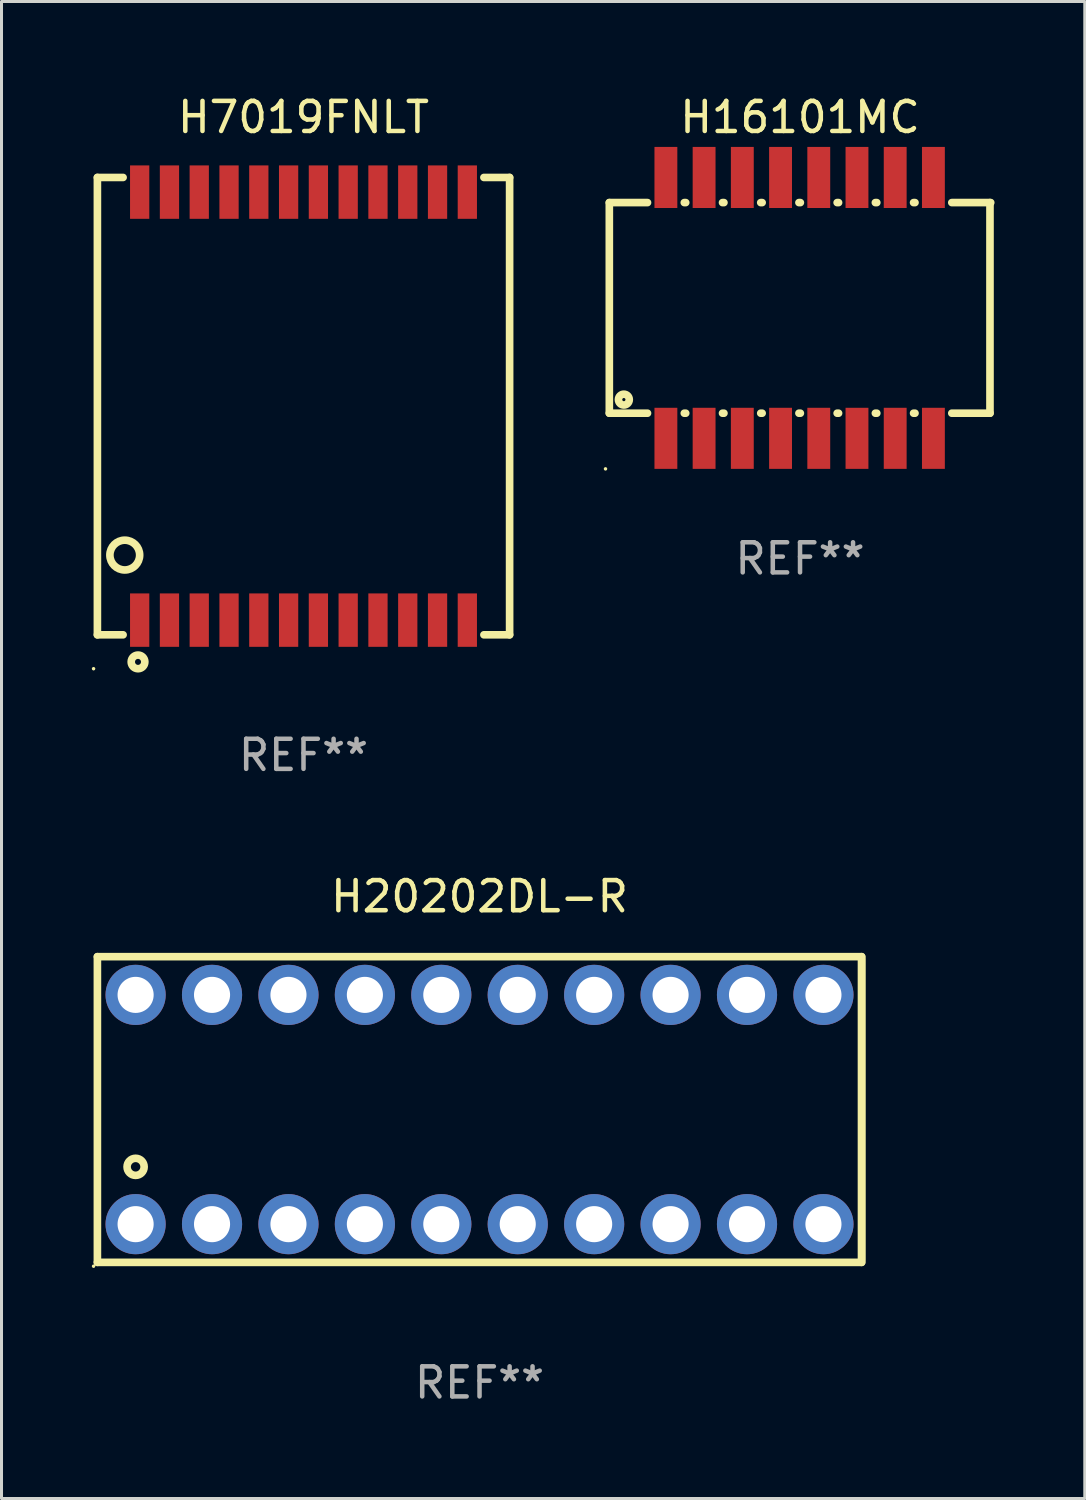
<source format=kicad_pcb>
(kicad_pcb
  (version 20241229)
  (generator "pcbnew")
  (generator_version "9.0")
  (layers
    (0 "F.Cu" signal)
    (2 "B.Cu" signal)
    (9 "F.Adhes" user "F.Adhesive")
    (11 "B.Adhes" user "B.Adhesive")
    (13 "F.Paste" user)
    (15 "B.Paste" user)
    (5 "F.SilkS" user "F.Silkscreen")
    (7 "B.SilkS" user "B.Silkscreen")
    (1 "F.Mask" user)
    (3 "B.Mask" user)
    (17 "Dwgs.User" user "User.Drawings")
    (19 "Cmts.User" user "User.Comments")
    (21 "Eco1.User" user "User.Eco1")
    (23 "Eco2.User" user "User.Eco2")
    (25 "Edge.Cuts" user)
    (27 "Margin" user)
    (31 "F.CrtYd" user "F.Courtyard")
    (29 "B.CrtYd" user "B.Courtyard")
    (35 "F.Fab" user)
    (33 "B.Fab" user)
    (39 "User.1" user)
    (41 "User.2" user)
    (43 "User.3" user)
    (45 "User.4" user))
  (footprint "H20202DL-R"
    (layer "F.Cu")
    (at 12.887 33.825)
    (property "Reference" "H20202DL-R" (at 0 -7.08 0) (layer "F.SilkS") (effects (font (size 1 1) (thickness 0.15))))
    (attr through_hole)
    (fp_line (start -12.7 -5.08) (end -12.7 5.08) (stroke (width 0.254) (type solid)) (layer "F.SilkS"))
    (fp_line (start -12.7 5.08) (end 12.7 5.08) (stroke (width 0.254) (type solid)) (layer "F.SilkS"))
    (fp_line (start 12.7 -5.08) (end -12.7 -5.08) (stroke (width 0.254) (type solid)) (layer "F.SilkS"))
    (fp_line (start 12.7 -5) (end 12.7 5) (stroke (width 0.254) (type solid)) (layer "F.SilkS"))
    (fp_line (start 12.7 5.08) (end 12.7 -5.08) (stroke (width 0.254) (type solid)) (layer "F.SilkS"))
    (fp_circle (center -12.827 5.207) (end -12.797 5.207) (stroke (width 0.06) (type solid)) (fill no) (layer "F.SilkS"))
    (fp_circle (center -11.43 1.905) (end -11.146 1.905) (stroke (width 0.254) (type solid)) (fill no) (layer "F.SilkS"))
    (fp_text user "REF**" (at 0 9.08 0) (layer "F.Fab") (effects (font (size 1 1) (thickness 0.15))))
    (pad "1" thru_hole circle (at -11.43 3.81) (size 2 2) (drill 1.2) (layers "*.Cu" "*.Mask"))
    (pad "2" thru_hole circle (at -8.89 3.81) (size 2 2) (drill 1.2) (layers "*.Cu" "*.Mask"))
    (pad "3" thru_hole circle (at -6.35 3.81) (size 2 2) (drill 1.2) (layers "*.Cu" "*.Mask"))
    (pad "4" thru_hole circle (at -3.81 3.81) (size 2 2) (drill 1.2) (layers "*.Cu" "*.Mask"))
    (pad "5" thru_hole circle (at -1.27 3.81) (size 2 2) (drill 1.2) (layers "*.Cu" "*.Mask"))
    (pad "6" thru_hole circle (at 1.27 3.81) (size 2 2) (drill 1.2) (layers "*.Cu" "*.Mask"))
    (pad "7" thru_hole circle (at 3.81 3.81) (size 2 2) (drill 1.2) (layers "*.Cu" "*.Mask"))
    (pad "8" thru_hole circle (at 6.35 3.81) (size 2 2) (drill 1.2) (layers "*.Cu" "*.Mask"))
    (pad "9" thru_hole circle (at 8.89 3.81) (size 2 2) (drill 1.2) (layers "*.Cu" "*.Mask"))
    (pad "10" thru_hole circle (at 11.43 3.81) (size 2 2) (drill 1.2) (layers "*.Cu" "*.Mask"))
    (pad "11" thru_hole circle (at 11.43 -3.81) (size 2 2) (drill 1.2) (layers "*.Cu" "*.Mask"))
    (pad "12" thru_hole circle (at 8.89 -3.81) (size 2 2) (drill 1.2) (layers "*.Cu" "*.Mask"))
    (pad "13" thru_hole circle (at 6.35 -3.81) (size 2 2) (drill 1.2) (layers "*.Cu" "*.Mask"))
    (pad "14" thru_hole circle (at 3.81 -3.81) (size 2 2) (drill 1.2) (layers "*.Cu" "*.Mask"))
    (pad "15" thru_hole circle (at 1.27 -3.81) (size 2 2) (drill 1.2) (layers "*.Cu" "*.Mask"))
    (pad "16" thru_hole circle (at -1.27 -3.81) (size 2 2) (drill 1.2) (layers "*.Cu" "*.Mask"))
    (pad "17" thru_hole circle (at -3.81 -3.81) (size 2 2) (drill 1.2) (layers "*.Cu" "*.Mask"))
    (pad "18" thru_hole circle (at -6.35 -3.81) (size 2 2) (drill 1.2) (layers "*.Cu" "*.Mask"))
    (pad "19" thru_hole circle (at -8.89 -3.81) (size 2 2) (drill 1.2) (layers "*.Cu" "*.Mask"))
    (pad "20" thru_hole circle (at -11.43 -3.81) (size 2 2) (drill 1.2) (layers "*.Cu" "*.Mask")))
  (footprint "H16101MC"
    (layer "F.Cu")
    (at 23.539 7.183)
    (property "Reference" "H16101MC" (at 0 -6.335 0) (layer "F.SilkS") (effects (font (size 1 1) (thickness 0.15))))
    (attr through_hole)
    (fp_line (start -6.338 -3.5) (end -6.338 3.5) (stroke (width 0.254) (type solid)) (layer "F.SilkS"))
    (fp_line (start -6.338 -3.5) (end -5.069 -3.5) (stroke (width 0.254) (type solid)) (layer "F.SilkS"))
    (fp_line (start -6.338 3.5) (end -5.069 3.5) (stroke (width 0.254) (type solid)) (layer "F.SilkS"))
    (fp_line (start -3.846 -3.5) (end -3.799 -3.5) (stroke (width 0.254) (type solid)) (layer "F.SilkS"))
    (fp_line (start -3.846 3.5) (end -3.799 3.5) (stroke (width 0.254) (type solid)) (layer "F.SilkS"))
    (fp_line (start -2.576 -3.5) (end -2.529 -3.5) (stroke (width 0.254) (type solid)) (layer "F.SilkS"))
    (fp_line (start -2.576 3.5) (end -2.529 3.5) (stroke (width 0.254) (type solid)) (layer "F.SilkS"))
    (fp_line (start -1.306 -3.5) (end -1.259 -3.5) (stroke (width 0.254) (type solid)) (layer "F.SilkS"))
    (fp_line (start -1.306 3.5) (end -1.259 3.5) (stroke (width 0.254) (type solid)) (layer "F.SilkS"))
    (fp_line (start -0.036 -3.5) (end 0.011 -3.5) (stroke (width 0.254) (type solid)) (layer "F.SilkS"))
    (fp_line (start -0.036 3.5) (end 0.011 3.5) (stroke (width 0.254) (type solid)) (layer "F.SilkS"))
    (fp_line (start 1.234 -3.5) (end 1.281 -3.5) (stroke (width 0.254) (type solid)) (layer "F.SilkS"))
    (fp_line (start 1.234 3.5) (end 1.281 3.5) (stroke (width 0.254) (type solid)) (layer "F.SilkS"))
    (fp_line (start 2.504 -3.5) (end 2.551 -3.5) (stroke (width 0.254) (type solid)) (layer "F.SilkS"))
    (fp_line (start 2.504 3.5) (end 2.551 3.5) (stroke (width 0.254) (type solid)) (layer "F.SilkS"))
    (fp_line (start 3.774 -3.5) (end 3.821 -3.5) (stroke (width 0.254) (type solid)) (layer "F.SilkS"))
    (fp_line (start 3.774 3.5) (end 3.821 3.5) (stroke (width 0.254) (type solid)) (layer "F.SilkS"))
    (fp_line (start 5.044 -3.5) (end 6.338 -3.5) (stroke (width 0.254) (type solid)) (layer "F.SilkS"))
    (fp_line (start 5.044 3.5) (end 6.313 3.5) (stroke (width 0.254) (type solid)) (layer "F.SilkS"))
    (fp_line (start 6.313 -3.5) (end 6.313 3.5) (stroke (width 0.254) (type solid)) (layer "F.SilkS"))
    (fp_circle (center -6.465 5.35) (end -6.435 5.35) (stroke (width 0.06) (type solid)) (fill no) (layer "F.SilkS"))
    (fp_circle (center -5.855 3.048) (end -5.675 3.048) (stroke (width 0.254) (type solid)) (fill no) (layer "F.SilkS"))
    (fp_text user "REF**" (at 0 8.335 0) (layer "F.Fab") (effects (font (size 1 1) (thickness 0.15))))
    (pad "1" smd rect (at -4.458 4.335) (size 0.76 2.03) (layers "F.Cu" "F.Mask" "F.Paste"))
    (pad "2" smd rect (at -3.188 4.335) (size 0.76 2.03) (layers "F.Cu" "F.Mask" "F.Paste"))
    (pad "3" smd rect (at -1.918 4.335) (size 0.76 2.03) (layers "F.Cu" "F.Mask" "F.Paste"))
    (pad "4" smd rect (at -0.647 4.335) (size 0.76 2.03) (layers "F.Cu" "F.Mask" "F.Paste"))
    (pad "5" smd rect (at 0.623 4.335) (size 0.76 2.03) (layers "F.Cu" "F.Mask" "F.Paste"))
    (pad "6" smd rect (at 1.893 4.335) (size 0.76 2.03) (layers "F.Cu" "F.Mask" "F.Paste"))
    (pad "7" smd rect (at 3.163 4.335) (size 0.76 2.03) (layers "F.Cu" "F.Mask" "F.Paste"))
    (pad "8" smd rect (at 4.433 4.335) (size 0.76 2.03) (layers "F.Cu" "F.Mask" "F.Paste"))
    (pad "9" smd rect (at 4.433 -4.335) (size 0.76 2.03) (layers "F.Cu" "F.Mask" "F.Paste"))
    (pad "10" smd rect (at 3.163 -4.335) (size 0.76 2.03) (layers "F.Cu" "F.Mask" "F.Paste"))
    (pad "11" smd rect (at 1.893 -4.335) (size 0.76 2.03) (layers "F.Cu" "F.Mask" "F.Paste"))
    (pad "12" smd rect (at 0.623 -4.335) (size 0.76 2.03) (layers "F.Cu" "F.Mask" "F.Paste"))
    (pad "13" smd rect (at -0.647 -4.335) (size 0.76 2.03) (layers "F.Cu" "F.Mask" "F.Paste"))
    (pad "14" smd rect (at -1.918 -4.335) (size 0.76 2.03) (layers "F.Cu" "F.Mask" "F.Paste"))
    (pad "15" smd rect (at -3.188 -4.335) (size 0.76 2.03) (layers "F.Cu" "F.Mask" "F.Paste"))
    (pad "16" smd rect (at -4.458 -4.335) (size 0.76 2.03) (layers "F.Cu" "F.Mask" "F.Paste")))
  (footprint "H7019FNLT"
    (layer "F.Cu")
    (at 7.037 10.448)
    (property "Reference" "H7019FNLT" (at 0 -9.6 0) (layer "F.SilkS") (effects (font (size 1 1) (thickness 0.15))))
    (attr through_hole)
    (fp_line (start -6.85 -7.6) (end -6.85 7.6) (stroke (width 0.254) (type solid)) (layer "F.SilkS"))
    (fp_line (start -6.85 -7.6) (end -5.996 -7.6) (stroke (width 0.254) (type solid)) (layer "F.SilkS"))
    (fp_line (start -6.85 7.6) (end -5.996 7.6) (stroke (width 0.254) (type solid)) (layer "F.SilkS"))
    (fp_line (start 5.996 -7.6) (end 6.85 -7.6) (stroke (width 0.254) (type solid)) (layer "F.SilkS"))
    (fp_line (start 5.996 7.6) (end 6.85 7.6) (stroke (width 0.254) (type solid)) (layer "F.SilkS"))
    (fp_line (start 6.85 -7.6) (end 6.85 7.6) (stroke (width 0.254) (type solid)) (layer "F.SilkS"))
    (fp_circle (center -6.977 8.727) (end -6.947 8.727) (stroke (width 0.06) (type solid)) (fill no) (layer "F.SilkS"))
    (fp_circle (center -5.94 4.95) (end -5.445 4.95) (stroke (width 0.254) (type solid)) (fill no) (layer "F.SilkS"))
    (fp_circle (center -5.5 8.5) (end -5.4 8.5) (stroke (width 0.254) (type solid)) (fill no) (layer "F.SilkS"))
    (fp_text user "REF**" (at 0 11.6 0) (layer "F.Fab") (effects (font (size 1 1) (thickness 0.15))))
    (pad "1" smd rect (at -5.445 7.112) (size 0.64 1.775) (layers "F.Cu" "F.Mask" "F.Paste"))
    (pad "2" smd rect (at -4.455 7.112) (size 0.64 1.775) (layers "F.Cu" "F.Mask" "F.Paste"))
    (pad "3" smd rect (at -3.465 7.112) (size 0.64 1.775) (layers "F.Cu" "F.Mask" "F.Paste"))
    (pad "4" smd rect (at -2.475 7.112) (size 0.64 1.775) (layers "F.Cu" "F.Mask" "F.Paste"))
    (pad "5" smd rect (at -1.485 7.112) (size 0.64 1.775) (layers "F.Cu" "F.Mask" "F.Paste"))
    (pad "6" smd rect (at -0.495 7.112) (size 0.64 1.775) (layers "F.Cu" "F.Mask" "F.Paste"))
    (pad "7" smd rect (at 0.495 7.112) (size 0.64 1.775) (layers "F.Cu" "F.Mask" "F.Paste"))
    (pad "8" smd rect (at 1.485 7.112) (size 0.64 1.775) (layers "F.Cu" "F.Mask" "F.Paste"))
    (pad "9" smd rect (at 2.475 7.112) (size 0.64 1.775) (layers "F.Cu" "F.Mask" "F.Paste"))
    (pad "10" smd rect (at 3.465 7.112) (size 0.64 1.775) (layers "F.Cu" "F.Mask" "F.Paste"))
    (pad "11" smd rect (at 4.455 7.112) (size 0.64 1.775) (layers "F.Cu" "F.Mask" "F.Paste"))
    (pad "12" smd rect (at 5.445 7.112) (size 0.64 1.775) (layers "F.Cu" "F.Mask" "F.Paste"))
    (pad "13" smd rect (at 5.445 -7.113) (size 0.64 1.775) (layers "F.Cu" "F.Mask" "F.Paste"))
    (pad "14" smd rect (at 4.455 -7.113) (size 0.64 1.775) (layers "F.Cu" "F.Mask" "F.Paste"))
    (pad "15" smd rect (at 3.465 -7.113) (size 0.64 1.775) (layers "F.Cu" "F.Mask" "F.Paste"))
    (pad "16" smd rect (at 2.475 -7.113) (size 0.64 1.775) (layers "F.Cu" "F.Mask" "F.Paste"))
    (pad "17" smd rect (at 1.485 -7.113) (size 0.64 1.775) (layers "F.Cu" "F.Mask" "F.Paste"))
    (pad "18" smd rect (at 0.495 -7.113) (size 0.64 1.775) (layers "F.Cu" "F.Mask" "F.Paste"))
    (pad "19" smd rect (at -0.495 -7.113) (size 0.64 1.775) (layers "F.Cu" "F.Mask" "F.Paste"))
    (pad "20" smd rect (at -1.485 -7.113) (size 0.64 1.775) (layers "F.Cu" "F.Mask" "F.Paste"))
    (pad "21" smd rect (at -2.475 -7.113) (size 0.64 1.775) (layers "F.Cu" "F.Mask" "F.Paste"))
    (pad "22" smd rect (at -3.465 -7.113) (size 0.64 1.775) (layers "F.Cu" "F.Mask" "F.Paste"))
    (pad "23" smd rect (at -4.455 -7.113) (size 0.64 1.775) (layers "F.Cu" "F.Mask" "F.Paste"))
    (pad "24" smd rect (at -5.445 -7.113) (size 0.64 1.775) (layers "F.Cu" "F.Mask" "F.Paste")))
  (gr_rect
    (start -3 -3)
    (end 33.003 46.753)
    (stroke (width 0.1) (type default))
    (fill no)
    (layer "Edge.Cuts")))
</source>
